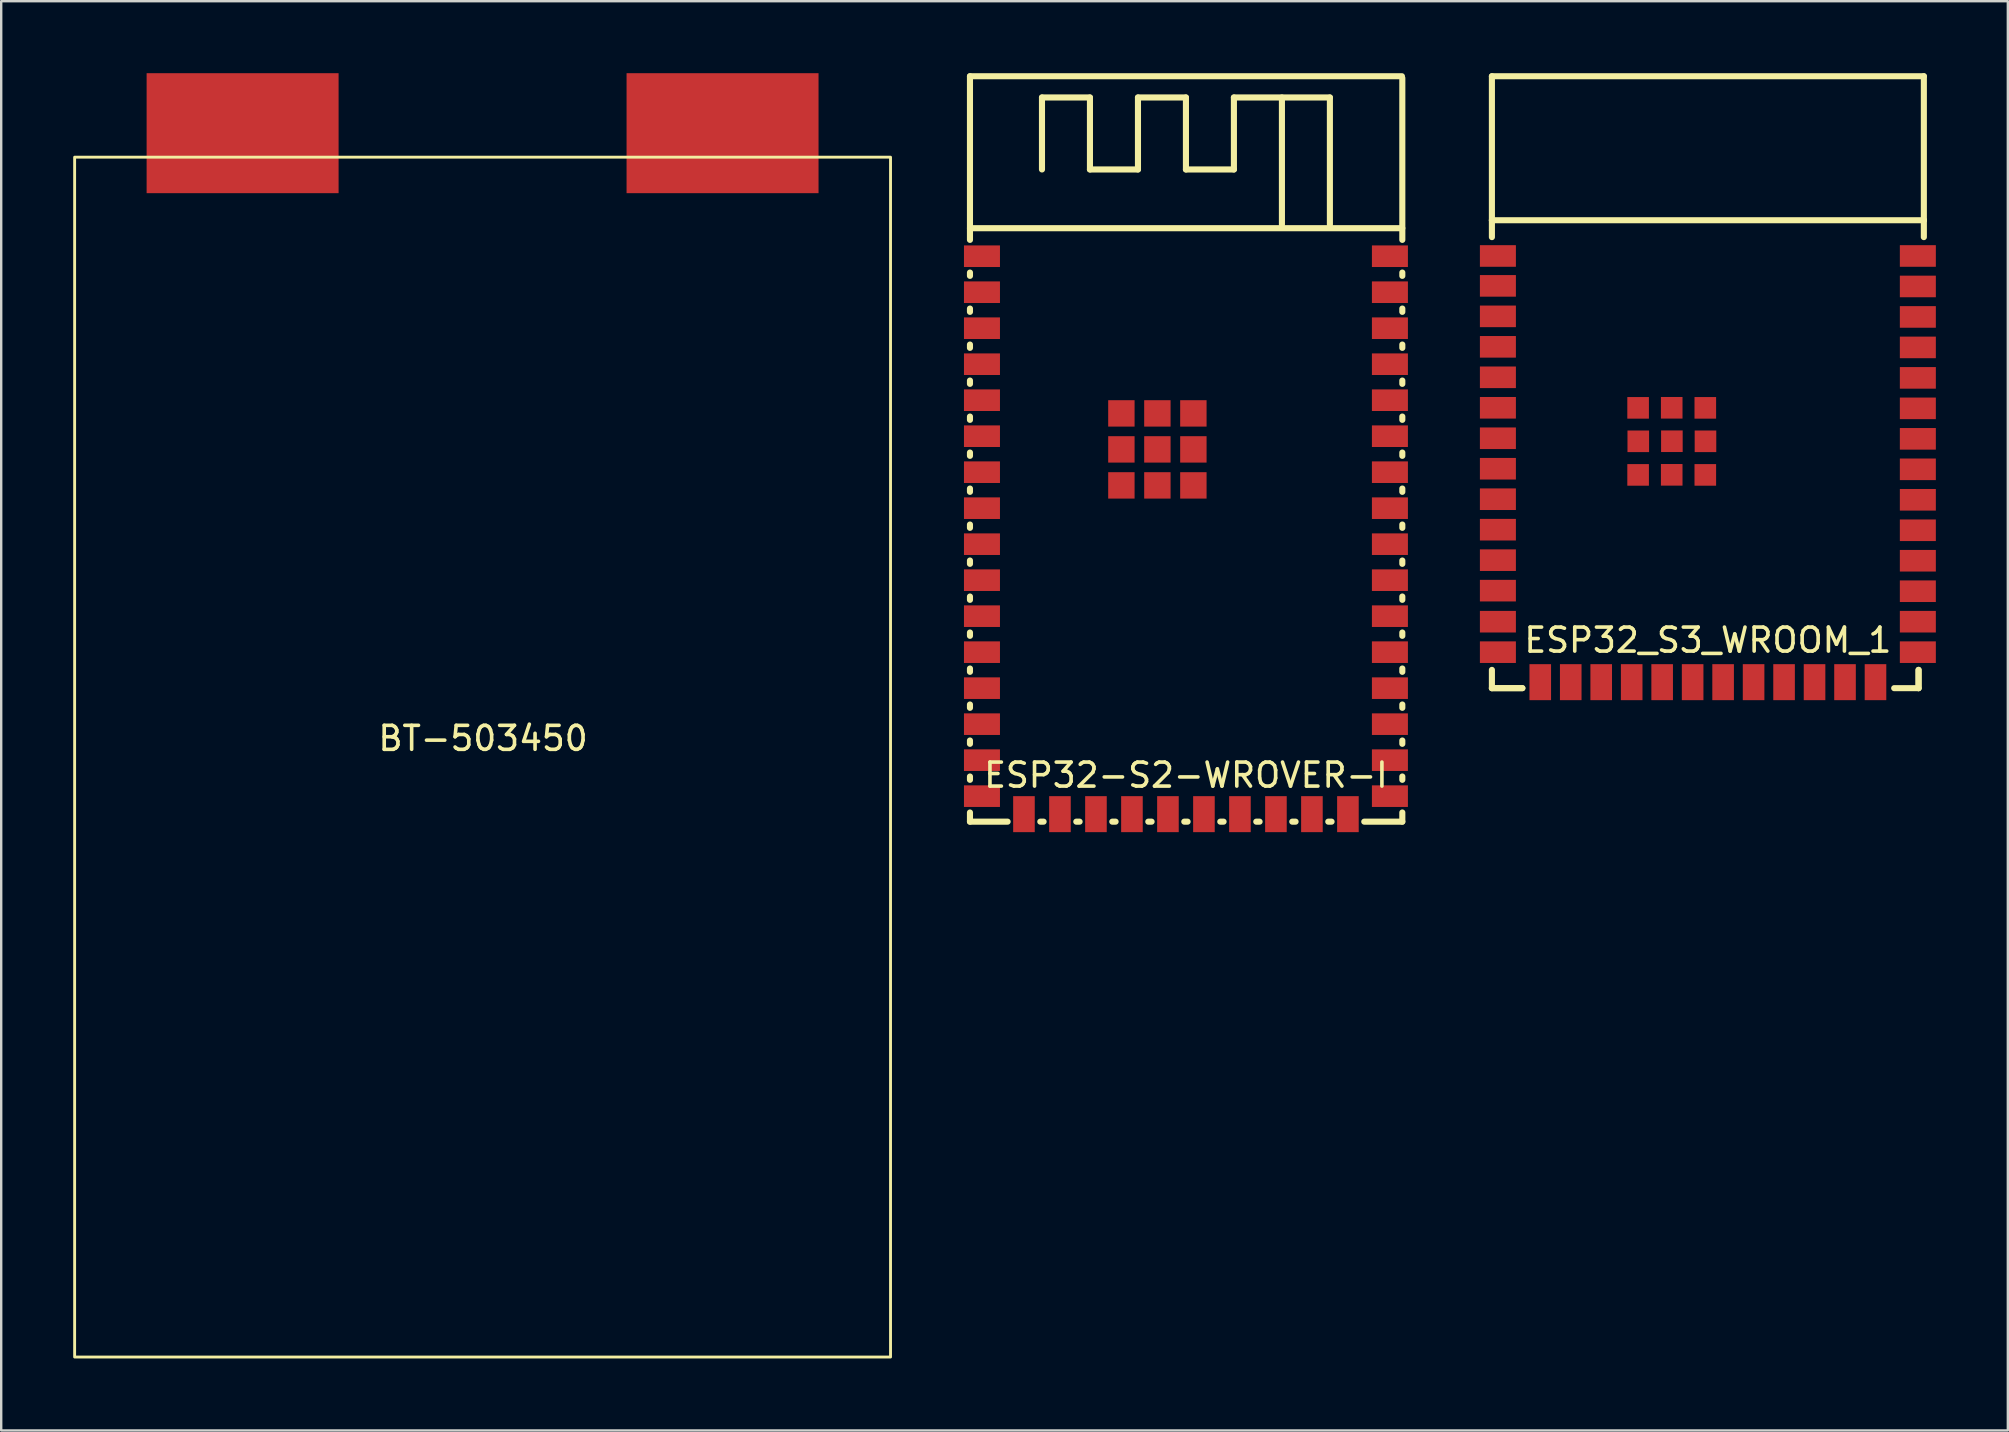
<source format=kicad_pcb>
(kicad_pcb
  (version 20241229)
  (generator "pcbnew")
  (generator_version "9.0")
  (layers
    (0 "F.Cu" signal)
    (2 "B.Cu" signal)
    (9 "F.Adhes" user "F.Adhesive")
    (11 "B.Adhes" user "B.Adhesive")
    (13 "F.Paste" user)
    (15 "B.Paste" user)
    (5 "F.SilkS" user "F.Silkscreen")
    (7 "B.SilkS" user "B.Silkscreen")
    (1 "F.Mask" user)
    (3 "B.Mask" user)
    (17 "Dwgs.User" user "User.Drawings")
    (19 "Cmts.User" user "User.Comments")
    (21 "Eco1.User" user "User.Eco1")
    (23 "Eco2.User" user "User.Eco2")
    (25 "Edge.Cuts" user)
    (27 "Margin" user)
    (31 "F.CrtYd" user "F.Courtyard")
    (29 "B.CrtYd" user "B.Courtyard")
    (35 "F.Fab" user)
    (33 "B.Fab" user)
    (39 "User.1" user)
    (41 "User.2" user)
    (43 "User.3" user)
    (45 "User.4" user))
  (footprint "ESP32_S3_WROOM_1"
    (layer "F.Cu")
    (at 68.12 15.027)
    (property "Reference" "ESP32_S3_WROOM_1" (at 0 8.6 0) (layer "F.SilkS") (effects (font (size 1 1) (thickness 0.15))))
    (attr through_hole)
    (fp_line (start -9 -14.9) (end -9 -8.9) (stroke (width 0.254) (type solid)) (layer "F.SilkS"))
    (fp_line (start -9 -14.9) (end 9 -14.9) (stroke (width 0.254) (type solid)) (layer "F.SilkS"))
    (fp_line (start -9 -8.9) (end -9 -8.196) (stroke (width 0.254) (type solid)) (layer "F.SilkS"))
    (fp_line (start -9 -8.9) (end 9 -8.9) (stroke (width 0.254) (type solid)) (layer "F.SilkS"))
    (fp_line (start -9 10.6) (end -9 9.838) (stroke (width 0.254) (type solid)) (layer "F.SilkS"))
    (fp_line (start -9 10.6) (end -7.73 10.6) (stroke (width 0.254) (type solid)) (layer "F.SilkS"))
    (fp_line (start -7.73 10.6) (end -9 10.6) (stroke (width 0.254) (type solid)) (layer "F.SilkS"))
    (fp_line (start 8.78 9.838) (end 8.78 10.6) (stroke (width 0.254) (type solid)) (layer "F.SilkS"))
    (fp_line (start 8.78 10.6) (end 7.764 10.6) (stroke (width 0.254) (type solid)) (layer "F.SilkS"))
    (fp_line (start 8.78 10.6) (end 8.78 9.838) (stroke (width 0.254) (type solid)) (layer "F.SilkS"))
    (fp_line (start 9 -14.9) (end 9 -8.9) (stroke (width 0.254) (type solid)) (layer "F.SilkS"))
    (fp_line (start 9 -8.9) (end 9 -8.196) (stroke (width 0.254) (type solid)) (layer "F.SilkS"))
    (pad "1" smd rect (at -8.75 -7.41) (size 1.5 0.9) (layers "F.Cu" "F.Mask" "F.Paste"))
    (pad "2" smd rect (at -8.75 -6.164) (size 1.5 0.9) (layers "F.Cu" "F.Mask" "F.Paste"))
    (pad "3" smd rect (at -8.75 -4.894) (size 1.5 0.9) (layers "F.Cu" "F.Mask" "F.Paste"))
    (pad "4" smd rect (at -8.75 -3.624) (size 1.5 0.9) (layers "F.Cu" "F.Mask" "F.Paste"))
    (pad "5" smd rect (at -8.75 -2.354) (size 1.5 0.9) (layers "F.Cu" "F.Mask" "F.Paste"))
    (pad "6" smd rect (at -8.75 -1.084) (size 1.5 0.9) (layers "F.Cu" "F.Mask" "F.Paste"))
    (pad "7" smd rect (at -8.75 0.186) (size 1.5 0.9) (layers "F.Cu" "F.Mask" "F.Paste"))
    (pad "8" smd rect (at -8.75 1.456) (size 1.5 0.9) (layers "F.Cu" "F.Mask" "F.Paste"))
    (pad "9" smd rect (at -8.75 2.726) (size 1.5 0.9) (layers "F.Cu" "F.Mask" "F.Paste"))
    (pad "10" smd rect (at -8.75 3.996) (size 1.5 0.9) (layers "F.Cu" "F.Mask" "F.Paste"))
    (pad "11" smd rect (at -8.75 5.266) (size 1.5 0.9) (layers "F.Cu" "F.Mask" "F.Paste"))
    (pad "12" smd rect (at -8.75 6.536) (size 1.5 0.9) (layers "F.Cu" "F.Mask" "F.Paste"))
    (pad "13" smd rect (at -8.75 7.83) (size 1.5 0.9) (layers "F.Cu" "F.Mask" "F.Paste"))
    (pad "14" smd rect (at -8.75 9.1) (size 1.5 0.9) (layers "F.Cu" "F.Mask" "F.Paste"))
    (pad "15" smd rect (at -6.985 10.35 90) (size 1.5 0.9) (layers "F.Cu" "F.Mask" "F.Paste"))
    (pad "16" smd rect (at -5.715 10.35 90) (size 1.5 0.9) (layers "F.Cu" "F.Mask" "F.Paste"))
    (pad "17" smd rect (at -4.445 10.35 90) (size 1.5 0.9) (layers "F.Cu" "F.Mask" "F.Paste"))
    (pad "18" smd rect (at -3.175 10.35 90) (size 1.5 0.9) (layers "F.Cu" "F.Mask" "F.Paste"))
    (pad "19" smd rect (at -1.905 10.35 90) (size 1.5 0.9) (layers "F.Cu" "F.Mask" "F.Paste"))
    (pad "20" smd rect (at -0.635 10.35 90) (size 1.5 0.9) (layers "F.Cu" "F.Mask" "F.Paste"))
    (pad "21" smd rect (at 0.635 10.35 90) (size 1.5 0.9) (layers "F.Cu" "F.Mask" "F.Paste"))
    (pad "22" smd rect (at 1.905 10.35 90) (size 1.5 0.9) (layers "F.Cu" "F.Mask" "F.Paste"))
    (pad "23" smd rect (at 3.175 10.35 90) (size 1.5 0.9) (layers "F.Cu" "F.Mask" "F.Paste"))
    (pad "24" smd rect (at 4.445 10.35 90) (size 1.5 0.9) (layers "F.Cu" "F.Mask" "F.Paste"))
    (pad "25" smd rect (at 5.715 10.35 90) (size 1.5 0.9) (layers "F.Cu" "F.Mask" "F.Paste"))
    (pad "26" smd rect (at 6.985 10.35 90) (size 1.5 0.9) (layers "F.Cu" "F.Mask" "F.Paste"))
    (pad "27" smd rect (at 8.75 9.1) (size 1.5 0.9) (layers "F.Cu" "F.Mask" "F.Paste"))
    (pad "28" smd rect (at 8.75 7.83) (size 1.5 0.9) (layers "F.Cu" "F.Mask" "F.Paste"))
    (pad "29" smd rect (at 8.75 6.56) (size 1.5 0.9) (layers "F.Cu" "F.Mask" "F.Paste"))
    (pad "30" smd rect (at 8.75 5.29) (size 1.5 0.9) (layers "F.Cu" "F.Mask" "F.Paste"))
    (pad "31" smd rect (at 8.75 4.02) (size 1.5 0.9) (layers "F.Cu" "F.Mask" "F.Paste"))
    (pad "32" smd rect (at 8.75 2.75) (size 1.5 0.9) (layers "F.Cu" "F.Mask" "F.Paste"))
    (pad "33" smd rect (at 8.75 1.48) (size 1.5 0.9) (layers "F.Cu" "F.Mask" "F.Paste"))
    (pad "34" smd rect (at 8.75 0.21) (size 1.5 0.9) (layers "F.Cu" "F.Mask" "F.Paste"))
    (pad "35" smd rect (at 8.75 -1.06) (size 1.5 0.9) (layers "F.Cu" "F.Mask" "F.Paste"))
    (pad "36" smd rect (at 8.75 -2.33) (size 1.5 0.9) (layers "F.Cu" "F.Mask" "F.Paste"))
    (pad "37" smd rect (at 8.75 -3.6) (size 1.5 0.9) (layers "F.Cu" "F.Mask" "F.Paste"))
    (pad "38" smd rect (at 8.75 -4.87) (size 1.5 0.9) (layers "F.Cu" "F.Mask" "F.Paste"))
    (pad "39" smd rect (at 8.75 -6.14) (size 1.5 0.9) (layers "F.Cu" "F.Mask" "F.Paste"))
    (pad "40" smd rect (at 8.75 -7.41) (size 1.5 0.9) (layers "F.Cu" "F.Mask" "F.Paste"))
    (pad "41" smd rect (at -2.907 -1.081) (size 0.9 0.9) (layers "F.Cu" "F.Mask" "F.Paste"))
    (pad "41" smd rect (at -2.907 1.713) (size 0.9 0.9) (layers "F.Cu" "F.Mask" "F.Paste"))
    (pad "41" smd rect (at -2.9 0.313) (size 0.9 0.9) (layers "F.Cu" "F.Mask" "F.Paste"))
    (pad "41" smd rect (at -1.507 -1.084) (size 0.9 0.9) (layers "F.Cu" "F.Mask" "F.Paste"))
    (pad "41" smd rect (at -1.507 1.71) (size 0.9 0.9) (layers "F.Cu" "F.Mask" "F.Paste"))
    (pad "41" smd rect (at -1.5 0.31) (size 0.9 0.9) (layers "F.Cu" "F.Mask" "F.Paste"))
    (pad "41" smd rect (at -0.107 -1.081) (size 0.9 0.9) (layers "F.Cu" "F.Mask" "F.Paste"))
    (pad "41" smd rect (at -0.107 1.713) (size 0.9 0.9) (layers "F.Cu" "F.Mask" "F.Paste"))
    (pad "41" smd rect (at -0.1 0.313) (size 0.9 0.9) (layers "F.Cu" "F.Mask" "F.Paste")))
  (footprint "BT-503450"
    (layer "F.Cu")
    (at 17.06 28.5)
    (property "Reference" "BT-503450" (at 0.02 -0.78 0) (unlocked yes) (layer "F.SilkS") (effects (font (size 1 1) (thickness 0.15))))
    (attr smd)
    (fp_rect (start -17 -25) (end 17 25) (stroke (width 0.12) (type solid)) (fill no) (layer "F.SilkS"))
    (pad "1" smd rect (at -10 -26) (size 8 5) (layers "F.Cu" "F.Mask" "F.Paste"))
    (pad "2" smd rect (at 10 -26) (size 8 5) (layers "F.Cu" "F.Mask" "F.Paste")))
  (footprint "ESP32-S2-WROVER-I"
    (layer "F.Cu")
    (at 46.37 19.252)
    (property "Reference" "ESP32-S2-WROVER-I" (at 0 10 0) (layer "F.SilkS") (effects (font (size 1 1) (thickness 0.15))))
    (attr through_hole)
    (fp_line (start -9 -19.125) (end -9 -12.306) (stroke (width 0.254) (type solid)) (layer "F.SilkS"))
    (fp_line (start -9 -12.792) (end 9.017 -12.792) (stroke (width 0.254) (type solid)) (layer "F.SilkS"))
    (fp_line (start -9 -10.944) (end -9 -10.806) (stroke (width 0.254) (type solid)) (layer "F.SilkS"))
    (fp_line (start -9 -9.444) (end -9 -9.306) (stroke (width 0.254) (type solid)) (layer "F.SilkS"))
    (fp_line (start -9 -7.944) (end -9 -7.806) (stroke (width 0.254) (type solid)) (layer "F.SilkS"))
    (fp_line (start -9 -6.444) (end -9 -6.306) (stroke (width 0.254) (type solid)) (layer "F.SilkS"))
    (fp_line (start -9 -4.944) (end -9 -4.806) (stroke (width 0.254) (type solid)) (layer "F.SilkS"))
    (fp_line (start -9 -3.444) (end -9 -3.306) (stroke (width 0.254) (type solid)) (layer "F.SilkS"))
    (fp_line (start -9 -1.944) (end -9 -1.806) (stroke (width 0.254) (type solid)) (layer "F.SilkS"))
    (fp_line (start -9 -0.444) (end -9 -0.306) (stroke (width 0.254) (type solid)) (layer "F.SilkS"))
    (fp_line (start -9 1.056) (end -9 1.194) (stroke (width 0.254) (type solid)) (layer "F.SilkS"))
    (fp_line (start -9 2.556) (end -9 2.694) (stroke (width 0.254) (type solid)) (layer "F.SilkS"))
    (fp_line (start -9 4.056) (end -9 4.194) (stroke (width 0.254) (type solid)) (layer "F.SilkS"))
    (fp_line (start -9 5.556) (end -9 5.694) (stroke (width 0.254) (type solid)) (layer "F.SilkS"))
    (fp_line (start -9 7.056) (end -9 7.194) (stroke (width 0.254) (type solid)) (layer "F.SilkS"))
    (fp_line (start -9 8.556) (end -9 8.694) (stroke (width 0.254) (type solid)) (layer "F.SilkS"))
    (fp_line (start -9 10.056) (end -9 10.194) (stroke (width 0.254) (type solid)) (layer "F.SilkS"))
    (fp_line (start -9 11.556) (end -9 11.938) (stroke (width 0.254) (type solid)) (layer "F.SilkS"))
    (fp_line (start -9 11.938) (end -7.431 11.938) (stroke (width 0.254) (type solid)) (layer "F.SilkS"))
    (fp_line (start -6.069 11.938) (end -5.931 11.938) (stroke (width 0.254) (type solid)) (layer "F.SilkS"))
    (fp_line (start -5.999 -18.24) (end -5.999 -15.24) (stroke (width 0.254) (type solid)) (layer "F.SilkS"))
    (fp_line (start -4.569 11.938) (end -4.431 11.938) (stroke (width 0.254) (type solid)) (layer "F.SilkS"))
    (fp_line (start -4 -18.24) (end -5.999 -18.24) (stroke (width 0.254) (type solid)) (layer "F.SilkS"))
    (fp_line (start -4 -15.24) (end -4 -18.24) (stroke (width 0.254) (type solid)) (layer "F.SilkS"))
    (fp_line (start -3.069 11.938) (end -2.931 11.938) (stroke (width 0.254) (type solid)) (layer "F.SilkS"))
    (fp_line (start -1.999 -18.24) (end -1.999 -15.24) (stroke (width 0.254) (type solid)) (layer "F.SilkS"))
    (fp_line (start -1.999 -15.24) (end -4 -15.24) (stroke (width 0.254) (type solid)) (layer "F.SilkS"))
    (fp_line (start -1.569 11.938) (end -1.431 11.938) (stroke (width 0.254) (type solid)) (layer "F.SilkS"))
    (fp_line (start -0.069 11.938) (end 0.069 11.938) (stroke (width 0.254) (type solid)) (layer "F.SilkS"))
    (fp_line (start 0 -18.24) (end -1.999 -18.24) (stroke (width 0.254) (type solid)) (layer "F.SilkS"))
    (fp_line (start 0 -15.24) (end 0 -18.24) (stroke (width 0.254) (type solid)) (layer "F.SilkS"))
    (fp_line (start 1.431 11.938) (end 1.569 11.938) (stroke (width 0.254) (type solid)) (layer "F.SilkS"))
    (fp_line (start 1.999 -18.24) (end 1.999 -15.24) (stroke (width 0.254) (type solid)) (layer "F.SilkS"))
    (fp_line (start 1.999 -15.24) (end 0 -15.24) (stroke (width 0.254) (type solid)) (layer "F.SilkS"))
    (fp_line (start 2.931 11.938) (end 3.069 11.938) (stroke (width 0.254) (type solid)) (layer "F.SilkS"))
    (fp_line (start 4 -18.24) (end 4 -12.94) (stroke (width 0.254) (type solid)) (layer "F.SilkS"))
    (fp_line (start 4.431 11.938) (end 4.569 11.938) (stroke (width 0.254) (type solid)) (layer "F.SilkS"))
    (fp_line (start 5.931 11.938) (end 6.069 11.938) (stroke (width 0.254) (type solid)) (layer "F.SilkS"))
    (fp_line (start 5.999 -18.24) (end 1.999 -18.24) (stroke (width 0.254) (type solid)) (layer "F.SilkS"))
    (fp_line (start 5.999 -12.94) (end 5.999 -18.24) (stroke (width 0.254) (type solid)) (layer "F.SilkS"))
    (fp_line (start 7.431 11.938) (end 9.017 11.938) (stroke (width 0.254) (type solid)) (layer "F.SilkS"))
    (fp_line (start 9 -19.125) (end -9 -19.125) (stroke (width 0.254) (type solid)) (layer "F.SilkS"))
    (fp_line (start 9.017 -12.306) (end 9.017 -19.05) (stroke (width 0.254) (type solid)) (layer "F.SilkS"))
    (fp_line (start 9.017 -10.806) (end 9.017 -10.944) (stroke (width 0.254) (type solid)) (layer "F.SilkS"))
    (fp_line (start 9.017 -9.306) (end 9.017 -9.444) (stroke (width 0.254) (type solid)) (layer "F.SilkS"))
    (fp_line (start 9.017 -7.806) (end 9.017 -7.944) (stroke (width 0.254) (type solid)) (layer "F.SilkS"))
    (fp_line (start 9.017 -6.306) (end 9.017 -6.444) (stroke (width 0.254) (type solid)) (layer "F.SilkS"))
    (fp_line (start 9.017 -4.806) (end 9.017 -4.944) (stroke (width 0.254) (type solid)) (layer "F.SilkS"))
    (fp_line (start 9.017 -3.306) (end 9.017 -3.444) (stroke (width 0.254) (type solid)) (layer "F.SilkS"))
    (fp_line (start 9.017 -1.806) (end 9.017 -1.944) (stroke (width 0.254) (type solid)) (layer "F.SilkS"))
    (fp_line (start 9.017 -0.306) (end 9.017 -0.444) (stroke (width 0.254) (type solid)) (layer "F.SilkS"))
    (fp_line (start 9.017 1.194) (end 9.017 1.056) (stroke (width 0.254) (type solid)) (layer "F.SilkS"))
    (fp_line (start 9.017 2.694) (end 9.017 2.556) (stroke (width 0.254) (type solid)) (layer "F.SilkS"))
    (fp_line (start 9.017 4.194) (end 9.017 4.056) (stroke (width 0.254) (type solid)) (layer "F.SilkS"))
    (fp_line (start 9.017 5.694) (end 9.017 5.556) (stroke (width 0.254) (type solid)) (layer "F.SilkS"))
    (fp_line (start 9.017 7.194) (end 9.017 7.056) (stroke (width 0.254) (type solid)) (layer "F.SilkS"))
    (fp_line (start 9.017 8.694) (end 9.017 8.556) (stroke (width 0.254) (type solid)) (layer "F.SilkS"))
    (fp_line (start 9.017 10.194) (end 9.017 10.056) (stroke (width 0.254) (type solid)) (layer "F.SilkS"))
    (fp_line (start 9.017 11.938) (end 9.017 11.556) (stroke (width 0.254) (type solid)) (layer "F.SilkS"))
    (pad "1" smd rect (at -8.5 -11.625) (size 1.5 0.9) (layers "F.Cu" "F.Mask" "F.Paste"))
    (pad "2" smd rect (at -8.5 -10.125) (size 1.5 0.9) (layers "F.Cu" "F.Mask" "F.Paste"))
    (pad "3" smd rect (at -8.5 -8.625) (size 1.5 0.9) (layers "F.Cu" "F.Mask" "F.Paste"))
    (pad "4" smd rect (at -8.5 -7.125) (size 1.5 0.9) (layers "F.Cu" "F.Mask" "F.Paste"))
    (pad "5" smd rect (at -8.5 -5.625) (size 1.5 0.9) (layers "F.Cu" "F.Mask" "F.Paste"))
    (pad "6" smd rect (at -8.5 -4.125) (size 1.5 0.9) (layers "F.Cu" "F.Mask" "F.Paste"))
    (pad "7" smd rect (at -8.5 -2.625) (size 1.5 0.9) (layers "F.Cu" "F.Mask" "F.Paste"))
    (pad "8" smd rect (at -8.5 -1.125) (size 1.5 0.9) (layers "F.Cu" "F.Mask" "F.Paste"))
    (pad "9" smd rect (at -8.5 0.375) (size 1.5 0.9) (layers "F.Cu" "F.Mask" "F.Paste"))
    (pad "10" smd rect (at -8.5 1.875) (size 1.5 0.9) (layers "F.Cu" "F.Mask" "F.Paste"))
    (pad "11" smd rect (at -8.5 3.375) (size 1.5 0.9) (layers "F.Cu" "F.Mask" "F.Paste"))
    (pad "12" smd rect (at -8.5 4.875) (size 1.5 0.9) (layers "F.Cu" "F.Mask" "F.Paste"))
    (pad "13" smd rect (at -8.5 6.375) (size 1.5 0.9) (layers "F.Cu" "F.Mask" "F.Paste"))
    (pad "14" smd rect (at -8.5 7.875) (size 1.5 0.9) (layers "F.Cu" "F.Mask" "F.Paste"))
    (pad "15" smd rect (at -8.5 9.375) (size 1.5 0.9) (layers "F.Cu" "F.Mask" "F.Paste"))
    (pad "16" smd rect (at -8.5 10.875) (size 1.5 0.9) (layers "F.Cu" "F.Mask" "F.Paste"))
    (pad "17" smd rect (at -6.75 11.625 90) (size 1.5 0.9) (layers "F.Cu" "F.Mask" "F.Paste"))
    (pad "18" smd rect (at -5.25 11.625 90) (size 1.5 0.9) (layers "F.Cu" "F.Mask" "F.Paste"))
    (pad "19" smd rect (at -3.75 11.625 90) (size 1.5 0.9) (layers "F.Cu" "F.Mask" "F.Paste"))
    (pad "20" smd rect (at -2.25 11.625 90) (size 1.5 0.9) (layers "F.Cu" "F.Mask" "F.Paste"))
    (pad "21" smd rect (at -0.75 11.625 90) (size 1.5 0.9) (layers "F.Cu" "F.Mask" "F.Paste"))
    (pad "22" smd rect (at 0.75 11.625 90) (size 1.5 0.9) (layers "F.Cu" "F.Mask" "F.Paste"))
    (pad "23" smd rect (at 2.25 11.625 90) (size 1.5 0.9) (layers "F.Cu" "F.Mask" "F.Paste"))
    (pad "24" smd rect (at 3.75 11.625 90) (size 1.5 0.9) (layers "F.Cu" "F.Mask" "F.Paste"))
    (pad "25" smd rect (at 5.25 11.625 90) (size 1.5 0.9) (layers "F.Cu" "F.Mask" "F.Paste"))
    (pad "26" smd rect (at 6.75 11.625 90) (size 1.5 0.9) (layers "F.Cu" "F.Mask" "F.Paste"))
    (pad "27" smd rect (at 8.5 10.875 180) (size 1.5 0.9) (layers "F.Cu" "F.Mask" "F.Paste"))
    (pad "28" smd rect (at 8.5 9.375 180) (size 1.5 0.9) (layers "F.Cu" "F.Mask" "F.Paste"))
    (pad "29" smd rect (at 8.5 7.875 180) (size 1.5 0.9) (layers "F.Cu" "F.Mask" "F.Paste"))
    (pad "30" smd rect (at 8.5 6.375 180) (size 1.5 0.9) (layers "F.Cu" "F.Mask" "F.Paste"))
    (pad "31" smd rect (at 8.5 4.875 180) (size 1.5 0.9) (layers "F.Cu" "F.Mask" "F.Paste"))
    (pad "32" smd rect (at 8.5 3.375 180) (size 1.5 0.9) (layers "F.Cu" "F.Mask" "F.Paste"))
    (pad "33" smd rect (at 8.5 1.875 180) (size 1.5 0.9) (layers "F.Cu" "F.Mask" "F.Paste"))
    (pad "34" smd rect (at 8.5 0.375 180) (size 1.5 0.9) (layers "F.Cu" "F.Mask" "F.Paste"))
    (pad "35" smd rect (at 8.5 -1.125 180) (size 1.5 0.9) (layers "F.Cu" "F.Mask" "F.Paste"))
    (pad "36" smd rect (at 8.5 -2.625 180) (size 1.5 0.9) (layers "F.Cu" "F.Mask" "F.Paste"))
    (pad "37" smd rect (at 8.5 -4.125 180) (size 1.5 0.9) (layers "F.Cu" "F.Mask" "F.Paste"))
    (pad "38" smd rect (at 8.5 -5.625 180) (size 1.5 0.9) (layers "F.Cu" "F.Mask" "F.Paste"))
    (pad "39" smd rect (at 8.5 -7.125 180) (size 1.5 0.9) (layers "F.Cu" "F.Mask" "F.Paste"))
    (pad "40" smd rect (at 8.5 -8.625 180) (size 1.5 0.9) (layers "F.Cu" "F.Mask" "F.Paste"))
    (pad "41" smd rect (at 8.5 -10.125 180) (size 1.5 0.9) (layers "F.Cu" "F.Mask" "F.Paste"))
    (pad "42" smd rect (at 8.5 -11.625 180) (size 1.5 0.9) (layers "F.Cu" "F.Mask" "F.Paste"))
    (pad "43" smd rect (at -2.69 -5.075 90) (size 1.1 1.1) (layers "F.Cu" "F.Mask" "F.Paste"))
    (pad "43" smd rect (at -2.69 -3.575 90) (size 1.1 1.1) (layers "F.Cu" "F.Mask" "F.Paste"))
    (pad "43" smd rect (at -2.69 -2.075 90) (size 1.1 1.1) (layers "F.Cu" "F.Mask" "F.Paste"))
    (pad "43" smd rect (at -1.19 -5.075 90) (size 1.1 1.1) (layers "F.Cu" "F.Mask" "F.Paste"))
    (pad "43" smd rect (at -1.19 -3.575 90) (size 1.1 1.1) (layers "F.Cu" "F.Mask" "F.Paste"))
    (pad "43" smd rect (at -1.19 -2.075 90) (size 1.1 1.1) (layers "F.Cu" "F.Mask" "F.Paste"))
    (pad "43" smd rect (at 0.31 -5.075 90) (size 1.1 1.1) (layers "F.Cu" "F.Mask" "F.Paste"))
    (pad "43" smd rect (at 0.31 -3.575 90) (size 1.1 1.1) (layers "F.Cu" "F.Mask" "F.Paste"))
    (pad "43" smd rect (at 0.31 -2.075 90) (size 1.1 1.1) (layers "F.Cu" "F.Mask" "F.Paste")))
  (gr_rect
    (start -3 -3)
    (end 80.62 56.56)
    (stroke (width 0.1) (type default))
    (fill no)
    (layer "Edge.Cuts")))
</source>
